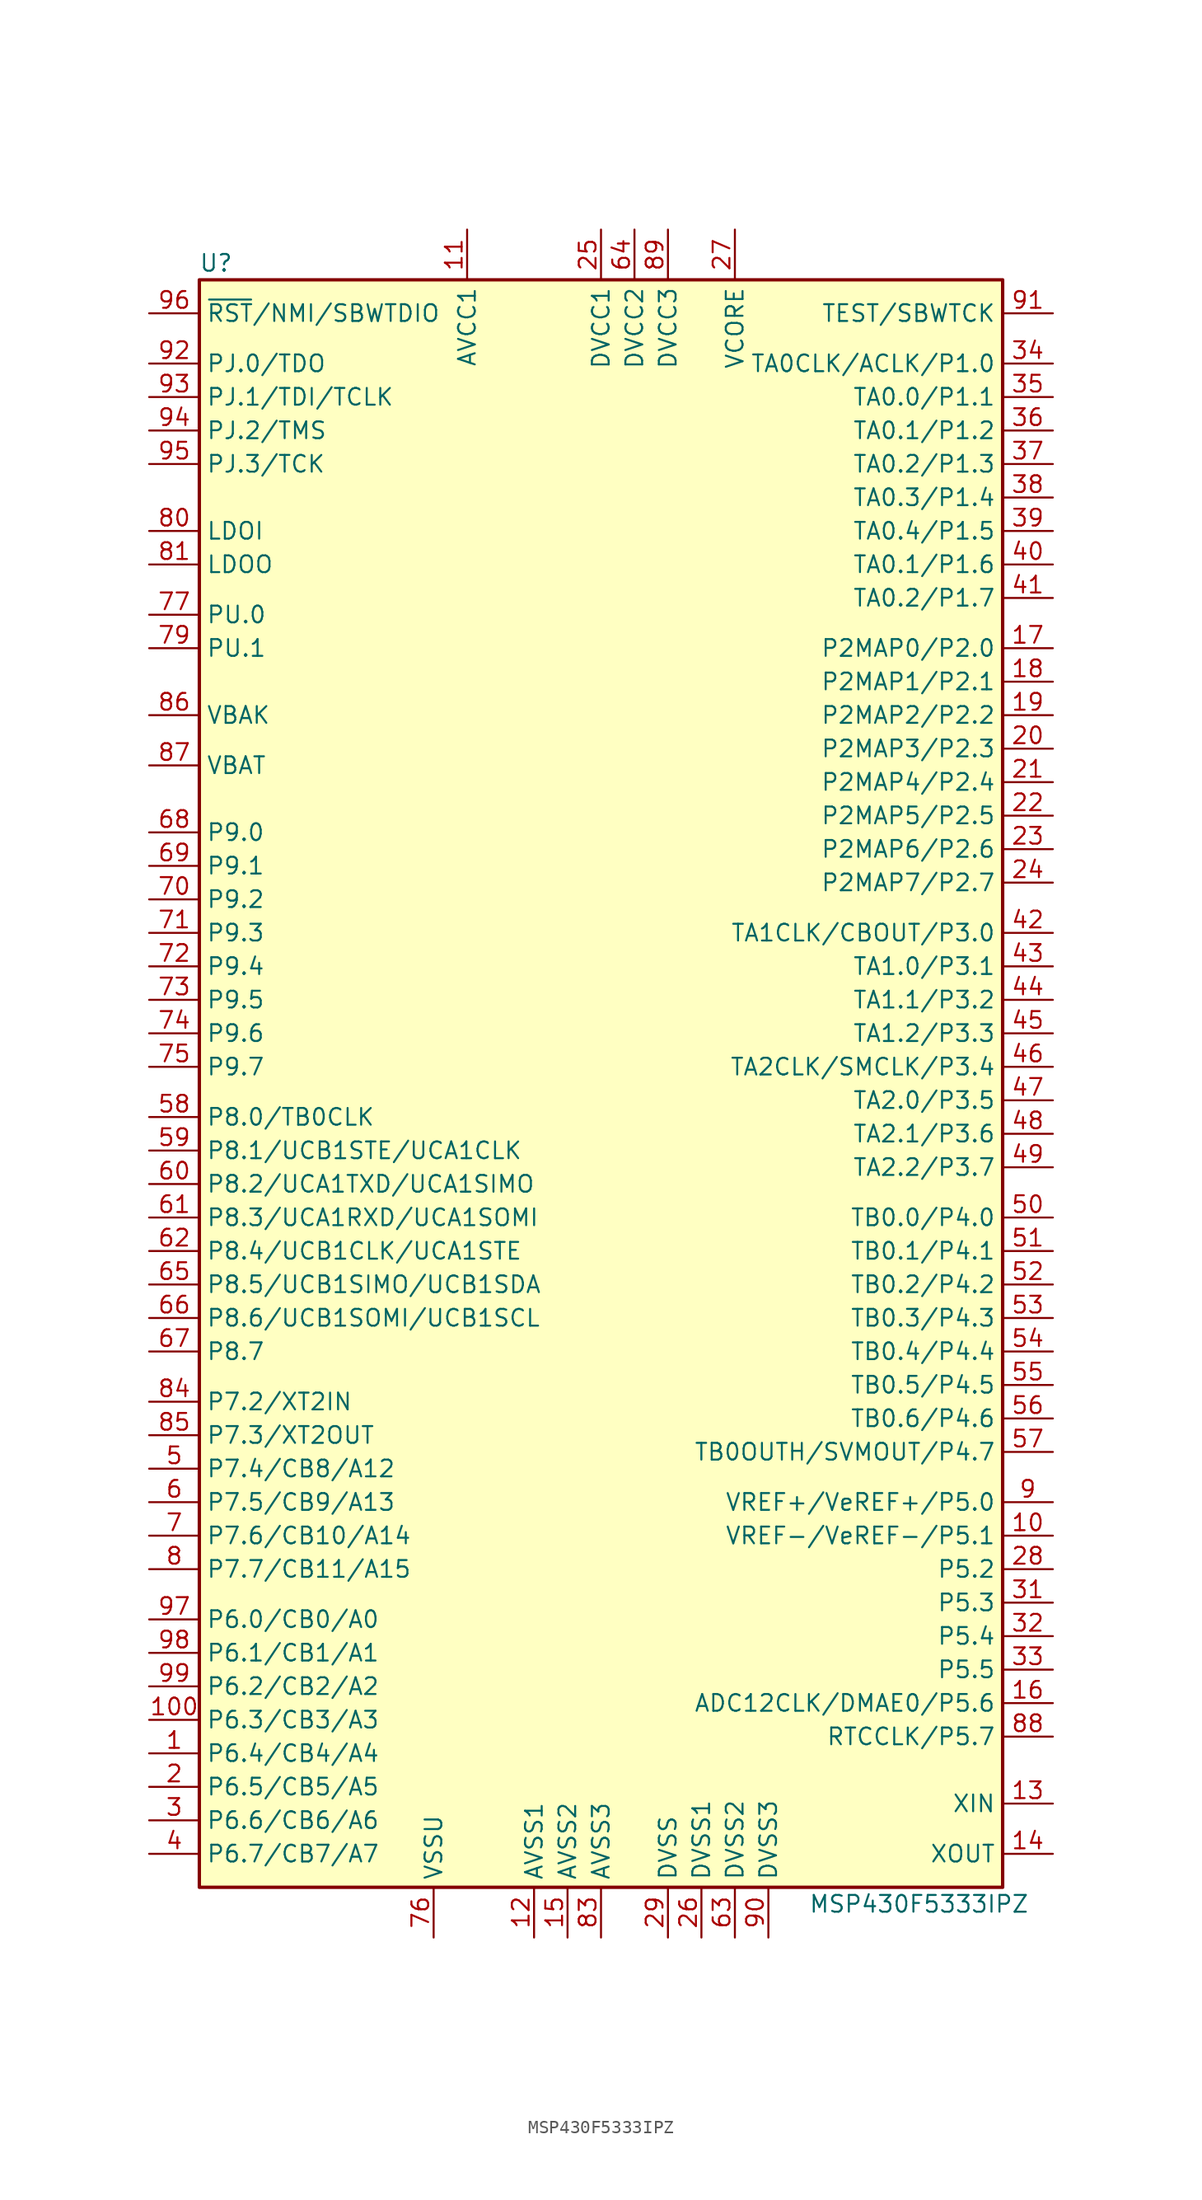
<source format=kicad_sym>
(kicad_symbol_lib
  (version 20211014)
  (generator kicad_symbol_editor)
  (symbol "MSP430F5333IPZ"
    (property "Reference" "U"
      (at -29.21 60.96 0)
      (effects (font (size 1.27 1.27))))
    (property "Value" "MSP430F5333IPZ"
      (at 24.13 -63.5 0)
      (effects (font (size 1.27 1.27))))
    (symbol "MSP430F5333IPZ_0_1"
      (rectangle (start -30.48 59.69) (end 30.48 -62.23) (stroke (width 0.254) (type default) (color 0 0 0 0)) (fill (type background))))
    (symbol "MSP430F5333IPZ_1_1"
      (pin bidirectional line (at -34.29 -52.07 0) (length 3.81) (name "P6.4/CB4/A4" (effects (font (size 1.27 1.27)))) (number "1" (effects (font (size 1.27 1.27)))))
      (pin bidirectional line (at 34.29 -35.56 180) (length 3.81) (name "VREF-/VeREF-/P5.1" (effects (font (size 1.27 1.27)))) (number "10" (effects (font (size 1.27 1.27)))))
      (pin bidirectional line (at -34.29 -49.53 0) (length 3.81) (name "P6.3/CB3/A3" (effects (font (size 1.27 1.27)))) (number "100" (effects (font (size 1.27 1.27)))))
      (pin power_in line (at -10.16 63.5 270) (length 3.81) (name "AVCC1" (effects (font (size 1.27 1.27)))) (number "11" (effects (font (size 1.27 1.27)))))
      (pin power_in line (at -5.08 -66.04 90) (length 3.81) (name "AVSS1" (effects (font (size 1.27 1.27)))) (number "12" (effects (font (size 1.27 1.27)))))
      (pin bidirectional line (at 34.29 -55.88 180) (length 3.81) (name "XIN" (effects (font (size 1.27 1.27)))) (number "13" (effects (font (size 1.27 1.27)))))
      (pin bidirectional line (at 34.29 -59.69 180) (length 3.81) (name "XOUT" (effects (font (size 1.27 1.27)))) (number "14" (effects (font (size 1.27 1.27)))))
      (pin power_in line (at -2.54 -66.04 90) (length 3.81) (name "AVSS2" (effects (font (size 1.27 1.27)))) (number "15" (effects (font (size 1.27 1.27)))))
      (pin bidirectional line (at 34.29 -48.26 180) (length 3.81) (name "ADC12CLK/DMAE0/P5.6" (effects (font (size 1.27 1.27)))) (number "16" (effects (font (size 1.27 1.27)))))
      (pin bidirectional line (at 34.29 31.75 180) (length 3.81) (name "P2MAP0/P2.0" (effects (font (size 1.27 1.27)))) (number "17" (effects (font (size 1.27 1.27)))))
      (pin bidirectional line (at 34.29 29.21 180) (length 3.81) (name "P2MAP1/P2.1" (effects (font (size 1.27 1.27)))) (number "18" (effects (font (size 1.27 1.27)))))
      (pin bidirectional line (at 34.29 26.67 180) (length 3.81) (name "P2MAP2/P2.2" (effects (font (size 1.27 1.27)))) (number "19" (effects (font (size 1.27 1.27)))))
      (pin bidirectional line (at -34.29 -54.61 0) (length 3.81) (name "P6.5/CB5/A5" (effects (font (size 1.27 1.27)))) (number "2" (effects (font (size 1.27 1.27)))))
      (pin bidirectional line (at 34.29 24.13 180) (length 3.81) (name "P2MAP3/P2.3" (effects (font (size 1.27 1.27)))) (number "20" (effects (font (size 1.27 1.27)))))
      (pin bidirectional line (at 34.29 21.59 180) (length 3.81) (name "P2MAP4/P2.4" (effects (font (size 1.27 1.27)))) (number "21" (effects (font (size 1.27 1.27)))))
      (pin bidirectional line (at 34.29 19.05 180) (length 3.81) (name "P2MAP5/P2.5" (effects (font (size 1.27 1.27)))) (number "22" (effects (font (size 1.27 1.27)))))
      (pin bidirectional line (at 34.29 16.51 180) (length 3.81) (name "P2MAP6/P2.6" (effects (font (size 1.27 1.27)))) (number "23" (effects (font (size 1.27 1.27)))))
      (pin bidirectional line (at 34.29 13.97 180) (length 3.81) (name "P2MAP7/P2.7" (effects (font (size 1.27 1.27)))) (number "24" (effects (font (size 1.27 1.27)))))
      (pin power_in line (at 0 63.5 270) (length 3.81) (name "DVCC1" (effects (font (size 1.27 1.27)))) (number "25" (effects (font (size 1.27 1.27)))))
      (pin power_in line (at 7.62 -66.04 90) (length 3.81) (name "DVSS1" (effects (font (size 1.27 1.27)))) (number "26" (effects (font (size 1.27 1.27)))))
      (pin bidirectional line (at 10.16 63.5 270) (length 3.81) (name "VCORE" (effects (font (size 1.27 1.27)))) (number "27" (effects (font (size 1.27 1.27)))))
      (pin bidirectional line (at 34.29 -38.1 180) (length 3.81) (name "P5.2" (effects (font (size 1.27 1.27)))) (number "28" (effects (font (size 1.27 1.27)))))
      (pin power_in line (at 5.08 -66.04 90) (length 3.81) (name "DVSS" (effects (font (size 1.27 1.27)))) (number "29" (effects (font (size 1.27 1.27)))))
      (pin bidirectional line (at -34.29 -57.15 0) (length 3.81) (name "P6.6/CB6/A6" (effects (font (size 1.27 1.27)))) (number "3" (effects (font (size 1.27 1.27)))))
      (pin bidirectional line (at 34.29 -40.64 180) (length 3.81) (name "P5.3" (effects (font (size 1.27 1.27)))) (number "31" (effects (font (size 1.27 1.27)))))
      (pin bidirectional line (at 34.29 -43.18 180) (length 3.81) (name "P5.4" (effects (font (size 1.27 1.27)))) (number "32" (effects (font (size 1.27 1.27)))))
      (pin bidirectional line (at 34.29 -45.72 180) (length 3.81) (name "P5.5" (effects (font (size 1.27 1.27)))) (number "33" (effects (font (size 1.27 1.27)))))
      (pin bidirectional line (at 34.29 53.34 180) (length 3.81) (name "TA0CLK/ACLK/P1.0" (effects (font (size 1.27 1.27)))) (number "34" (effects (font (size 1.27 1.27)))))
      (pin bidirectional line (at 34.29 50.8 180) (length 3.81) (name "TA0.0/P1.1" (effects (font (size 1.27 1.27)))) (number "35" (effects (font (size 1.27 1.27)))))
      (pin bidirectional line (at 34.29 48.26 180) (length 3.81) (name "TA0.1/P1.2" (effects (font (size 1.27 1.27)))) (number "36" (effects (font (size 1.27 1.27)))))
      (pin bidirectional line (at 34.29 45.72 180) (length 3.81) (name "TA0.2/P1.3" (effects (font (size 1.27 1.27)))) (number "37" (effects (font (size 1.27 1.27)))))
      (pin bidirectional line (at 34.29 43.18 180) (length 3.81) (name "TA0.3/P1.4" (effects (font (size 1.27 1.27)))) (number "38" (effects (font (size 1.27 1.27)))))
      (pin bidirectional line (at 34.29 40.64 180) (length 3.81) (name "TA0.4/P1.5" (effects (font (size 1.27 1.27)))) (number "39" (effects (font (size 1.27 1.27)))))
      (pin bidirectional line (at -34.29 -59.69 0) (length 3.81) (name "P6.7/CB7/A7" (effects (font (size 1.27 1.27)))) (number "4" (effects (font (size 1.27 1.27)))))
      (pin bidirectional line (at 34.29 38.1 180) (length 3.81) (name "TA0.1/P1.6" (effects (font (size 1.27 1.27)))) (number "40" (effects (font (size 1.27 1.27)))))
      (pin bidirectional line (at 34.29 35.56 180) (length 3.81) (name "TA0.2/P1.7" (effects (font (size 1.27 1.27)))) (number "41" (effects (font (size 1.27 1.27)))))
      (pin bidirectional line (at 34.29 10.16 180) (length 3.81) (name "TA1CLK/CBOUT/P3.0" (effects (font (size 1.27 1.27)))) (number "42" (effects (font (size 1.27 1.27)))))
      (pin bidirectional line (at 34.29 7.62 180) (length 3.81) (name "TA1.0/P3.1" (effects (font (size 1.27 1.27)))) (number "43" (effects (font (size 1.27 1.27)))))
      (pin bidirectional line (at 34.29 5.08 180) (length 3.81) (name "TA1.1/P3.2" (effects (font (size 1.27 1.27)))) (number "44" (effects (font (size 1.27 1.27)))))
      (pin bidirectional line (at 34.29 2.54 180) (length 3.81) (name "TA1.2/P3.3" (effects (font (size 1.27 1.27)))) (number "45" (effects (font (size 1.27 1.27)))))
      (pin bidirectional line (at 34.29 0 180) (length 3.81) (name "TA2CLK/SMCLK/P3.4" (effects (font (size 1.27 1.27)))) (number "46" (effects (font (size 1.27 1.27)))))
      (pin bidirectional line (at 34.29 -2.54 180) (length 3.81) (name "TA2.0/P3.5" (effects (font (size 1.27 1.27)))) (number "47" (effects (font (size 1.27 1.27)))))
      (pin bidirectional line (at 34.29 -5.08 180) (length 3.81) (name "TA2.1/P3.6" (effects (font (size 1.27 1.27)))) (number "48" (effects (font (size 1.27 1.27)))))
      (pin bidirectional line (at 34.29 -7.62 180) (length 3.81) (name "TA2.2/P3.7" (effects (font (size 1.27 1.27)))) (number "49" (effects (font (size 1.27 1.27)))))
      (pin bidirectional line (at -34.29 -30.48 0) (length 3.81) (name "P7.4/CB8/A12" (effects (font (size 1.27 1.27)))) (number "5" (effects (font (size 1.27 1.27)))))
      (pin bidirectional line (at 34.29 -11.43 180) (length 3.81) (name "TB0.0/P4.0" (effects (font (size 1.27 1.27)))) (number "50" (effects (font (size 1.27 1.27)))))
      (pin bidirectional line (at 34.29 -13.97 180) (length 3.81) (name "TB0.1/P4.1" (effects (font (size 1.27 1.27)))) (number "51" (effects (font (size 1.27 1.27)))))
      (pin bidirectional line (at 34.29 -16.51 180) (length 3.81) (name "TB0.2/P4.2" (effects (font (size 1.27 1.27)))) (number "52" (effects (font (size 1.27 1.27)))))
      (pin bidirectional line (at 34.29 -19.05 180) (length 3.81) (name "TB0.3/P4.3" (effects (font (size 1.27 1.27)))) (number "53" (effects (font (size 1.27 1.27)))))
      (pin bidirectional line (at 34.29 -21.59 180) (length 3.81) (name "TB0.4/P4.4" (effects (font (size 1.27 1.27)))) (number "54" (effects (font (size 1.27 1.27)))))
      (pin bidirectional line (at 34.29 -24.13 180) (length 3.81) (name "TB0.5/P4.5" (effects (font (size 1.27 1.27)))) (number "55" (effects (font (size 1.27 1.27)))))
      (pin bidirectional line (at 34.29 -26.67 180) (length 3.81) (name "TB0.6/P4.6" (effects (font (size 1.27 1.27)))) (number "56" (effects (font (size 1.27 1.27)))))
      (pin bidirectional line (at 34.29 -29.21 180) (length 3.81) (name "TB0OUTH/SVMOUT/P4.7" (effects (font (size 1.27 1.27)))) (number "57" (effects (font (size 1.27 1.27)))))
      (pin bidirectional line (at -34.29 -3.81 0) (length 3.81) (name "P8.0/TB0CLK" (effects (font (size 1.27 1.27)))) (number "58" (effects (font (size 1.27 1.27)))))
      (pin bidirectional line (at -34.29 -6.35 0) (length 3.81) (name "P8.1/UCB1STE/UCA1CLK" (effects (font (size 1.27 1.27)))) (number "59" (effects (font (size 1.27 1.27)))))
      (pin bidirectional line (at -34.29 -33.02 0) (length 3.81) (name "P7.5/CB9/A13" (effects (font (size 1.27 1.27)))) (number "6" (effects (font (size 1.27 1.27)))))
      (pin bidirectional line (at -34.29 -8.89 0) (length 3.81) (name "P8.2/UCA1TXD/UCA1SIMO" (effects (font (size 1.27 1.27)))) (number "60" (effects (font (size 1.27 1.27)))))
      (pin bidirectional line (at -34.29 -11.43 0) (length 3.81) (name "P8.3/UCA1RXD/UCA1SOMI" (effects (font (size 1.27 1.27)))) (number "61" (effects (font (size 1.27 1.27)))))
      (pin bidirectional line (at -34.29 -13.97 0) (length 3.81) (name "P8.4/UCB1CLK/UCA1STE" (effects (font (size 1.27 1.27)))) (number "62" (effects (font (size 1.27 1.27)))))
      (pin power_in line (at 10.16 -66.04 90) (length 3.81) (name "DVSS2" (effects (font (size 1.27 1.27)))) (number "63" (effects (font (size 1.27 1.27)))))
      (pin power_in line (at 2.54 63.5 270) (length 3.81) (name "DVCC2" (effects (font (size 1.27 1.27)))) (number "64" (effects (font (size 1.27 1.27)))))
      (pin bidirectional line (at -34.29 -16.51 0) (length 3.81) (name "P8.5/UCB1SIMO/UCB1SDA" (effects (font (size 1.27 1.27)))) (number "65" (effects (font (size 1.27 1.27)))))
      (pin bidirectional line (at -34.29 -19.05 0) (length 3.81) (name "P8.6/UCB1SOMI/UCB1SCL" (effects (font (size 1.27 1.27)))) (number "66" (effects (font (size 1.27 1.27)))))
      (pin bidirectional line (at -34.29 -21.59 0) (length 3.81) (name "P8.7" (effects (font (size 1.27 1.27)))) (number "67" (effects (font (size 1.27 1.27)))))
      (pin bidirectional line (at -34.29 17.78 0) (length 3.81) (name "P9.0" (effects (font (size 1.27 1.27)))) (number "68" (effects (font (size 1.27 1.27)))))
      (pin bidirectional line (at -34.29 15.24 0) (length 3.81) (name "P9.1" (effects (font (size 1.27 1.27)))) (number "69" (effects (font (size 1.27 1.27)))))
      (pin bidirectional line (at -34.29 -35.56 0) (length 3.81) (name "P7.6/CB10/A14" (effects (font (size 1.27 1.27)))) (number "7" (effects (font (size 1.27 1.27)))))
      (pin bidirectional line (at -34.29 12.7 0) (length 3.81) (name "P9.2" (effects (font (size 1.27 1.27)))) (number "70" (effects (font (size 1.27 1.27)))))
      (pin bidirectional line (at -34.29 10.16 0) (length 3.81) (name "P9.3" (effects (font (size 1.27 1.27)))) (number "71" (effects (font (size 1.27 1.27)))))
      (pin bidirectional line (at -34.29 7.62 0) (length 3.81) (name "P9.4" (effects (font (size 1.27 1.27)))) (number "72" (effects (font (size 1.27 1.27)))))
      (pin bidirectional line (at -34.29 5.08 0) (length 3.81) (name "P9.5" (effects (font (size 1.27 1.27)))) (number "73" (effects (font (size 1.27 1.27)))))
      (pin bidirectional line (at -34.29 2.54 0) (length 3.81) (name "P9.6" (effects (font (size 1.27 1.27)))) (number "74" (effects (font (size 1.27 1.27)))))
      (pin bidirectional line (at -34.29 0 0) (length 3.81) (name "P9.7" (effects (font (size 1.27 1.27)))) (number "75" (effects (font (size 1.27 1.27)))))
      (pin power_in line (at -12.7 -66.04 90) (length 3.81) (name "VSSU" (effects (font (size 1.27 1.27)))) (number "76" (effects (font (size 1.27 1.27)))))
      (pin bidirectional line (at -34.29 34.29 0) (length 3.81) (name "PU.0" (effects (font (size 1.27 1.27)))) (number "77" (effects (font (size 1.27 1.27)))))
      (pin bidirectional line (at -34.29 31.75 0) (length 3.81) (name "PU.1" (effects (font (size 1.27 1.27)))) (number "79" (effects (font (size 1.27 1.27)))))
      (pin bidirectional line (at -34.29 -38.1 0) (length 3.81) (name "P7.7/CB11/A15" (effects (font (size 1.27 1.27)))) (number "8" (effects (font (size 1.27 1.27)))))
      (pin bidirectional line (at -34.29 40.64 0) (length 3.81) (name "LDOI" (effects (font (size 1.27 1.27)))) (number "80" (effects (font (size 1.27 1.27)))))
      (pin bidirectional line (at -34.29 38.1 0) (length 3.81) (name "LDOO" (effects (font (size 1.27 1.27)))) (number "81" (effects (font (size 1.27 1.27)))))
      (pin power_in line (at 0 -66.04 90) (length 3.81) (name "AVSS3" (effects (font (size 1.27 1.27)))) (number "83" (effects (font (size 1.27 1.27)))))
      (pin bidirectional line (at -34.29 -25.4 0) (length 3.81) (name "P7.2/XT2IN" (effects (font (size 1.27 1.27)))) (number "84" (effects (font (size 1.27 1.27)))))
      (pin bidirectional line (at -34.29 -27.94 0) (length 3.81) (name "P7.3/XT2OUT" (effects (font (size 1.27 1.27)))) (number "85" (effects (font (size 1.27 1.27)))))
      (pin bidirectional line (at -34.29 26.67 0) (length 3.81) (name "VBAK" (effects (font (size 1.27 1.27)))) (number "86" (effects (font (size 1.27 1.27)))))
      (pin bidirectional line (at -34.29 22.86 0) (length 3.81) (name "VBAT" (effects (font (size 1.27 1.27)))) (number "87" (effects (font (size 1.27 1.27)))))
      (pin bidirectional line (at 34.29 -50.8 180) (length 3.81) (name "RTCCLK/P5.7" (effects (font (size 1.27 1.27)))) (number "88" (effects (font (size 1.27 1.27)))))
      (pin power_in line (at 5.08 63.5 270) (length 3.81) (name "DVCC3" (effects (font (size 1.27 1.27)))) (number "89" (effects (font (size 1.27 1.27)))))
      (pin bidirectional line (at 34.29 -33.02 180) (length 3.81) (name "VREF+/VeREF+/P5.0" (effects (font (size 1.27 1.27)))) (number "9" (effects (font (size 1.27 1.27)))))
      (pin power_in line (at 12.7 -66.04 90) (length 3.81) (name "DVSS3" (effects (font (size 1.27 1.27)))) (number "90" (effects (font (size 1.27 1.27)))))
      (pin input line (at 34.29 57.15 180) (length 3.81) (name "TEST/SBWTCK" (effects (font (size 1.27 1.27)))) (number "91" (effects (font (size 1.27 1.27)))))
      (pin bidirectional line (at -34.29 53.34 0) (length 3.81) (name "PJ.0/TDO" (effects (font (size 1.27 1.27)))) (number "92" (effects (font (size 1.27 1.27)))))
      (pin bidirectional line (at -34.29 50.8 0) (length 3.81) (name "PJ.1/TDI/TCLK" (effects (font (size 1.27 1.27)))) (number "93" (effects (font (size 1.27 1.27)))))
      (pin bidirectional line (at -34.29 48.26 0) (length 3.81) (name "PJ.2/TMS" (effects (font (size 1.27 1.27)))) (number "94" (effects (font (size 1.27 1.27)))))
      (pin bidirectional line (at -34.29 45.72 0) (length 3.81) (name "PJ.3/TCK" (effects (font (size 1.27 1.27)))) (number "95" (effects (font (size 1.27 1.27)))))
      (pin input line (at -34.29 57.15 0) (length 3.81) (name "~{RST}/NMI/SBWTDIO" (effects (font (size 1.27 1.27)))) (number "96" (effects (font (size 1.27 1.27)))))
      (pin bidirectional line (at -34.29 -41.91 0) (length 3.81) (name "P6.0/CB0/A0" (effects (font (size 1.27 1.27)))) (number "97" (effects (font (size 1.27 1.27)))))
      (pin bidirectional line (at -34.29 -44.45 0) (length 3.81) (name "P6.1/CB1/A1" (effects (font (size 1.27 1.27)))) (number "98" (effects (font (size 1.27 1.27)))))
      (pin bidirectional line (at -34.29 -46.99 0) (length 3.81) (name "P6.2/CB2/A2" (effects (font (size 1.27 1.27)))) (number "99" (effects (font (size 1.27 1.27))))))))
</source>
